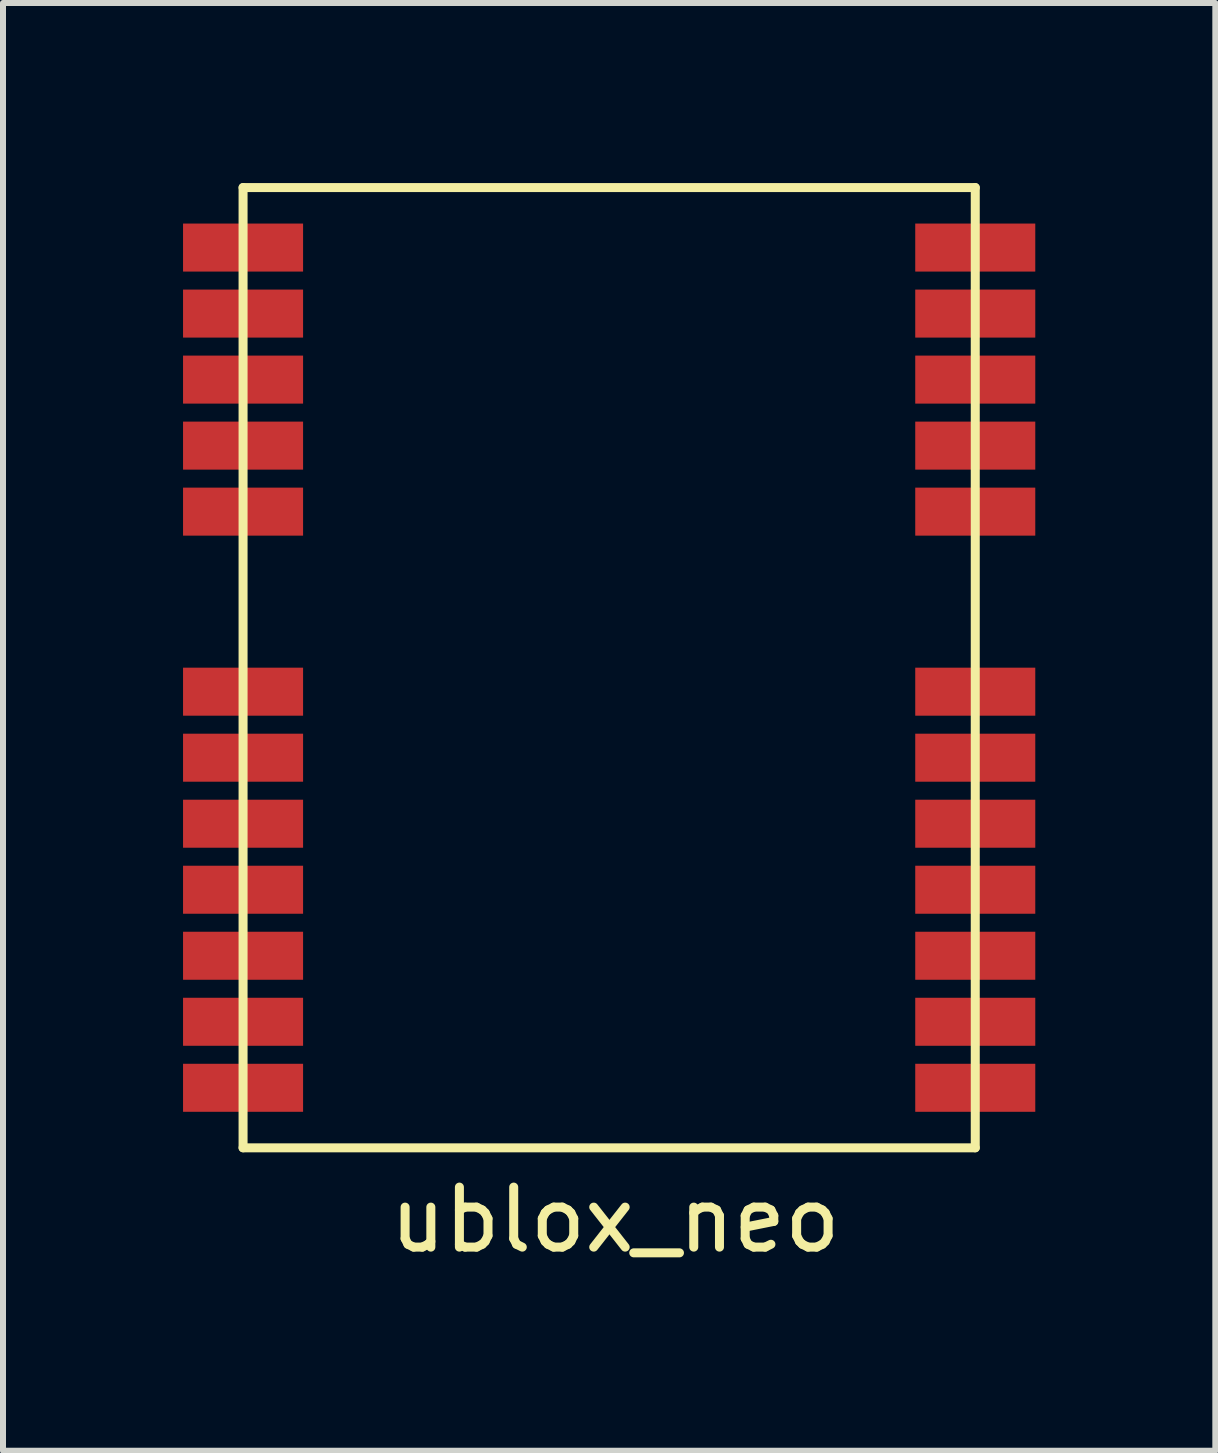
<source format=kicad_pcb>
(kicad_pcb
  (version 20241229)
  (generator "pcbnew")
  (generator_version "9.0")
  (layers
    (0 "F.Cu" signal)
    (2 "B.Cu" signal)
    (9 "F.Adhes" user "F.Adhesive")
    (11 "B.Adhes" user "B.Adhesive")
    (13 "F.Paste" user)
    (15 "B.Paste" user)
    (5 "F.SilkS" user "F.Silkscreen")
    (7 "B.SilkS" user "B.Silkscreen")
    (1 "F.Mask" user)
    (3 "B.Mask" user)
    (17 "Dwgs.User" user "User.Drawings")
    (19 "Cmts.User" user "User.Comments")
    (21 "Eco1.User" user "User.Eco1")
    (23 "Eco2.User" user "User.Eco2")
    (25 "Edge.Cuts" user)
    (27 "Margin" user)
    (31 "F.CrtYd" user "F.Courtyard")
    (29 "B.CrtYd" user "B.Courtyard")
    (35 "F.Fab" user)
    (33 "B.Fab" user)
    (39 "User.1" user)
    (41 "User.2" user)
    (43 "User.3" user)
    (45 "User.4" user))
  (footprint "ublox_neo"
    (layer "F.Cu")
    (at 7.1 8.075)
    (property "Reference" "ublox_neo" (at 0.1 9.2 0) (layer "F.SilkS") (effects (font (size 1 1) (thickness 0.15))))
    (attr through_hole)
    (fp_line (start -6.1 -8) (end 6.1 -8) (stroke (width 0.15) (type solid)) (layer "F.SilkS"))
    (fp_line (start -6.1 8) (end -6.1 -8) (stroke (width 0.15) (type solid)) (layer "F.SilkS"))
    (fp_line (start 6.1 -8) (end 6.1 8) (stroke (width 0.15) (type solid)) (layer "F.SilkS"))
    (fp_line (start 6.1 8) (end -6.1 8) (stroke (width 0.15) (type solid)) (layer "F.SilkS"))
    (pad "1" smd rect (at 6.1 7) (size 2 0.8) (layers "F.Cu" "F.Mask" "F.Paste"))
    (pad "2" smd rect (at 6.1 5.9) (size 2 0.8) (layers "F.Cu" "F.Mask" "F.Paste"))
    (pad "3" smd rect (at 6.1 4.8) (size 2 0.8) (layers "F.Cu" "F.Mask" "F.Paste"))
    (pad "4" smd rect (at 6.1 3.7) (size 2 0.8) (layers "F.Cu" "F.Mask" "F.Paste"))
    (pad "5" smd rect (at 6.1 2.6) (size 2 0.8) (layers "F.Cu" "F.Mask" "F.Paste"))
    (pad "6" smd rect (at 6.1 1.5) (size 2 0.8) (layers "F.Cu" "F.Mask" "F.Paste"))
    (pad "7" smd rect (at 6.1 0.4) (size 2 0.8) (layers "F.Cu" "F.Mask" "F.Paste"))
    (pad "8" smd rect (at 6.1 -2.6) (size 2 0.8) (layers "F.Cu" "F.Mask" "F.Paste"))
    (pad "9" smd rect (at 6.1 -3.7) (size 2 0.8) (layers "F.Cu" "F.Mask" "F.Paste"))
    (pad "10" smd rect (at 6.1 -4.8) (size 2 0.8) (layers "F.Cu" "F.Mask" "F.Paste"))
    (pad "11" smd rect (at 6.1 -5.9) (size 2 0.8) (layers "F.Cu" "F.Mask" "F.Paste"))
    (pad "12" smd rect (at 6.1 -7) (size 2 0.8) (layers "F.Cu" "F.Mask" "F.Paste"))
    (pad "13" smd rect (at -6.1 -7) (size 2 0.8) (layers "F.Cu" "F.Mask" "F.Paste"))
    (pad "14" smd rect (at -6.1 -5.9) (size 2 0.8) (layers "F.Cu" "F.Mask" "F.Paste"))
    (pad "15" smd rect (at -6.1 -4.8) (size 2 0.8) (layers "F.Cu" "F.Mask" "F.Paste"))
    (pad "16" smd rect (at -6.1 -3.7) (size 2 0.8) (layers "F.Cu" "F.Mask" "F.Paste"))
    (pad "17" smd rect (at -6.1 -2.6) (size 2 0.8) (layers "F.Cu" "F.Mask" "F.Paste"))
    (pad "18" smd rect (at -6.1 0.4) (size 2 0.8) (layers "F.Cu" "F.Mask" "F.Paste"))
    (pad "19" smd rect (at -6.1 1.5) (size 2 0.8) (layers "F.Cu" "F.Mask" "F.Paste"))
    (pad "20" smd rect (at -6.1 2.6) (size 2 0.8) (layers "F.Cu" "F.Mask" "F.Paste"))
    (pad "21" smd rect (at -6.1 3.7) (size 2 0.8) (layers "F.Cu" "F.Mask" "F.Paste"))
    (pad "22" smd rect (at -6.1 4.8) (size 2 0.8) (layers "F.Cu" "F.Mask" "F.Paste"))
    (pad "23" smd rect (at -6.1 5.9) (size 2 0.8) (layers "F.Cu" "F.Mask" "F.Paste"))
    (pad "24" smd rect (at -6.1 7) (size 2 0.8) (layers "F.Cu" "F.Mask" "F.Paste")))
  (gr_rect
    (start -3 -3)
    (end 17.2 21.123)
    (stroke (width 0.1) (type default))
    (fill no)
    (layer "Edge.Cuts")))
</source>
